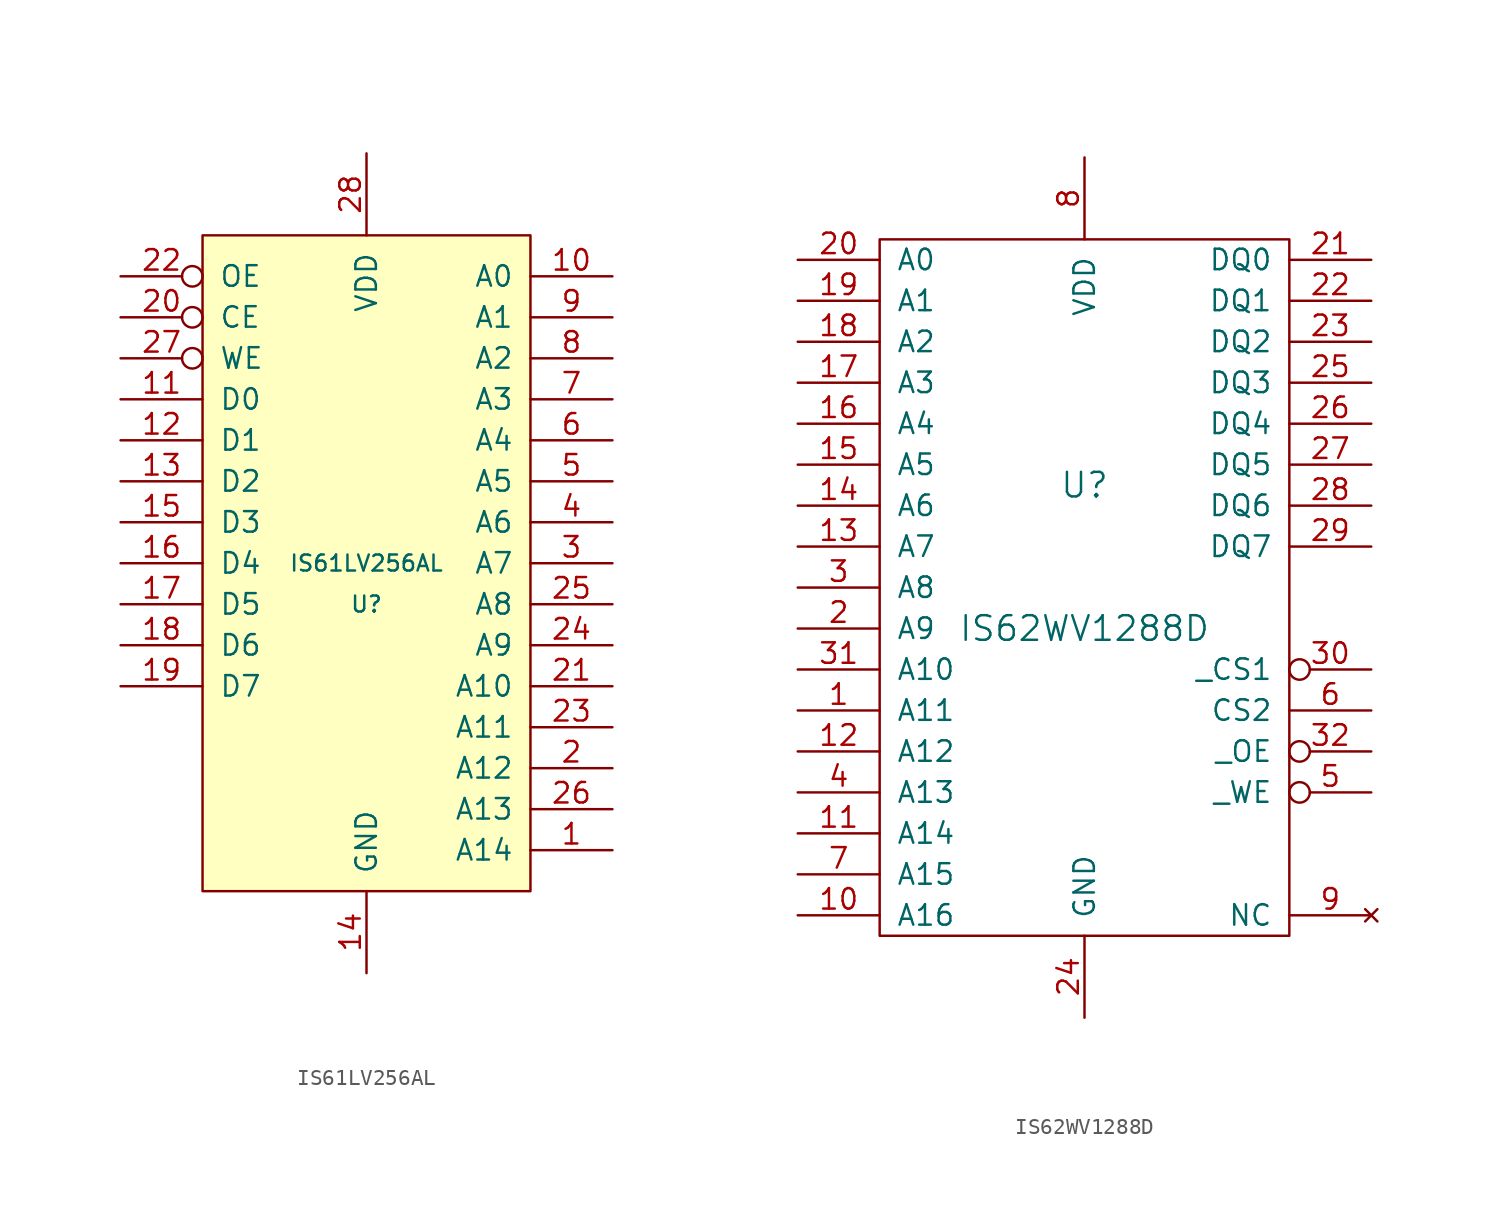
<source format=kicad_sym>
(kicad_symbol_lib
  (version 20211014)
  (generator kicad_symbol_editor)
  (symbol "IS61LV256AL"
    (pin_names
      (offset 1.016))
    (property "Reference" "U"
      (at 0 -5.08 0)
      (effects (font (size 0.991 0.991))))
    (property "Value" "IS61LV256AL"
      (at 0 -2.54 0)
      (effects (font (size 0.991 0.991))))
    (property "Footprint" ""
      (at 0 0 0)
      (effects (font (size 0.991 0.991))))
    (property "Datasheet" ""
      (at 0 0 0)
      (effects (font (size 0.991 0.991))))
    (symbol "IS61LV256AL_0_1"
      (rectangle (start -10.16 17.78) (end 10.16 -22.86) (stroke (width 0) (type default) (color 0 0 0 0)) (fill (type background))))
    (symbol "IS61LV256AL_1_1"
      (pin input line (at 15.24 -20.32 180) (length 5.08) (name "A14" (effects (font (size 1.27 1.27)))) (number "1" (effects (font (size 1.27 1.27)))))
      (pin input line (at 15.24 15.24 180) (length 5.08) (name "A0" (effects (font (size 1.27 1.27)))) (number "10" (effects (font (size 1.27 1.27)))))
      (pin bidirectional line (at -15.24 7.62 0) (length 5.08) (name "D0" (effects (font (size 1.27 1.27)))) (number "11" (effects (font (size 1.27 1.27)))))
      (pin bidirectional line (at -15.24 5.08 0) (length 5.08) (name "D1" (effects (font (size 1.27 1.27)))) (number "12" (effects (font (size 1.27 1.27)))))
      (pin bidirectional line (at -15.24 2.54 0) (length 5.08) (name "D2" (effects (font (size 1.27 1.27)))) (number "13" (effects (font (size 1.27 1.27)))))
      (pin power_in line (at 0 -27.94 90) (length 5.08) (name "GND" (effects (font (size 1.27 1.27)))) (number "14" (effects (font (size 1.27 1.27)))))
      (pin bidirectional line (at -15.24 0 0) (length 5.08) (name "D3" (effects (font (size 1.27 1.27)))) (number "15" (effects (font (size 1.27 1.27)))))
      (pin bidirectional line (at -15.24 -2.54 0) (length 5.08) (name "D4" (effects (font (size 1.27 1.27)))) (number "16" (effects (font (size 1.27 1.27)))))
      (pin bidirectional line (at -15.24 -5.08 0) (length 5.08) (name "D5" (effects (font (size 1.27 1.27)))) (number "17" (effects (font (size 1.27 1.27)))))
      (pin bidirectional line (at -15.24 -7.62 0) (length 5.08) (name "D6" (effects (font (size 1.27 1.27)))) (number "18" (effects (font (size 1.27 1.27)))))
      (pin bidirectional line (at -15.24 -10.16 0) (length 5.08) (name "D7" (effects (font (size 1.27 1.27)))) (number "19" (effects (font (size 1.27 1.27)))))
      (pin input line (at 15.24 -15.24 180) (length 5.08) (name "A12" (effects (font (size 1.27 1.27)))) (number "2" (effects (font (size 1.27 1.27)))))
      (pin input inverted (at -15.24 12.7 0) (length 5.08) (name "CE" (effects (font (size 1.27 1.27)))) (number "20" (effects (font (size 1.27 1.27)))))
      (pin input line (at 15.24 -10.16 180) (length 5.08) (name "A10" (effects (font (size 1.27 1.27)))) (number "21" (effects (font (size 1.27 1.27)))))
      (pin input inverted (at -15.24 15.24 0) (length 5.08) (name "OE" (effects (font (size 1.27 1.27)))) (number "22" (effects (font (size 1.27 1.27)))))
      (pin input line (at 15.24 -12.7 180) (length 5.08) (name "A11" (effects (font (size 1.27 1.27)))) (number "23" (effects (font (size 1.27 1.27)))))
      (pin input line (at 15.24 -7.62 180) (length 5.08) (name "A9" (effects (font (size 1.27 1.27)))) (number "24" (effects (font (size 1.27 1.27)))))
      (pin input line (at 15.24 -5.08 180) (length 5.08) (name "A8" (effects (font (size 1.27 1.27)))) (number "25" (effects (font (size 1.27 1.27)))))
      (pin input line (at 15.24 -17.78 180) (length 5.08) (name "A13" (effects (font (size 1.27 1.27)))) (number "26" (effects (font (size 1.27 1.27)))))
      (pin input inverted (at -15.24 10.16 0) (length 5.08) (name "WE" (effects (font (size 1.27 1.27)))) (number "27" (effects (font (size 1.27 1.27)))))
      (pin power_in line (at 0 22.86 270) (length 5.08) (name "VDD" (effects (font (size 1.27 1.27)))) (number "28" (effects (font (size 1.27 1.27)))))
      (pin input line (at 15.24 -2.54 180) (length 5.08) (name "A7" (effects (font (size 1.27 1.27)))) (number "3" (effects (font (size 1.27 1.27)))))
      (pin input line (at 15.24 0 180) (length 5.08) (name "A6" (effects (font (size 1.27 1.27)))) (number "4" (effects (font (size 1.27 1.27)))))
      (pin input line (at 15.24 2.54 180) (length 5.08) (name "A5" (effects (font (size 1.27 1.27)))) (number "5" (effects (font (size 1.27 1.27)))))
      (pin input line (at 15.24 5.08 180) (length 5.08) (name "A4" (effects (font (size 1.27 1.27)))) (number "6" (effects (font (size 1.27 1.27)))))
      (pin input line (at 15.24 7.62 180) (length 5.08) (name "A3" (effects (font (size 1.27 1.27)))) (number "7" (effects (font (size 1.27 1.27)))))
      (pin input line (at 15.24 10.16 180) (length 5.08) (name "A2" (effects (font (size 1.27 1.27)))) (number "8" (effects (font (size 1.27 1.27)))))
      (pin input line (at 15.24 12.7 180) (length 5.08) (name "A1" (effects (font (size 1.27 1.27)))) (number "9" (effects (font (size 1.27 1.27)))))))
  (symbol "IS62WV1288D"
    (pin_names
      (offset 1.016))
    (property "Reference" "U"
      (at 0 5.08 0)
      (effects (font (size 1.524 1.524))))
    (property "Value" "IS62WV1288D"
      (at 0 -3.81 0)
      (effects (font (size 1.524 1.524))))
    (property "Footprint" ""
      (at 0 0 0)
      (effects (font (size 1.524 1.524))))
    (property "Datasheet" ""
      (at 0 0 0)
      (effects (font (size 1.524 1.524))))
    (symbol "IS62WV1288D_0_1"
      (rectangle (start -12.7 -22.86) (end 12.7 20.32) (stroke (width 0) (type default) (color 0 0 0 0)) (fill (type none))))
    (symbol "IS62WV1288D_1_1"
      (pin input line (at -17.78 -8.89 0) (length 5.08) (name "A11" (effects (font (size 1.27 1.27)))) (number "1" (effects (font (size 1.27 1.27)))))
      (pin input line (at -17.78 -21.59 0) (length 5.08) (name "A16" (effects (font (size 1.27 1.27)))) (number "10" (effects (font (size 1.27 1.27)))))
      (pin input line (at -17.78 -16.51 0) (length 5.08) (name "A14" (effects (font (size 1.27 1.27)))) (number "11" (effects (font (size 1.27 1.27)))))
      (pin input line (at -17.78 -11.43 0) (length 5.08) (name "A12" (effects (font (size 1.27 1.27)))) (number "12" (effects (font (size 1.27 1.27)))))
      (pin input line (at -17.78 1.27 0) (length 5.08) (name "A7" (effects (font (size 1.27 1.27)))) (number "13" (effects (font (size 1.27 1.27)))))
      (pin input line (at -17.78 3.81 0) (length 5.08) (name "A6" (effects (font (size 1.27 1.27)))) (number "14" (effects (font (size 1.27 1.27)))))
      (pin input line (at -17.78 6.35 0) (length 5.08) (name "A5" (effects (font (size 1.27 1.27)))) (number "15" (effects (font (size 1.27 1.27)))))
      (pin input line (at -17.78 8.89 0) (length 5.08) (name "A4" (effects (font (size 1.27 1.27)))) (number "16" (effects (font (size 1.27 1.27)))))
      (pin input line (at -17.78 11.43 0) (length 5.08) (name "A3" (effects (font (size 1.27 1.27)))) (number "17" (effects (font (size 1.27 1.27)))))
      (pin input line (at -17.78 13.97 0) (length 5.08) (name "A2" (effects (font (size 1.27 1.27)))) (number "18" (effects (font (size 1.27 1.27)))))
      (pin input line (at -17.78 16.51 0) (length 5.08) (name "A1" (effects (font (size 1.27 1.27)))) (number "19" (effects (font (size 1.27 1.27)))))
      (pin input line (at -17.78 -3.81 0) (length 5.08) (name "A9" (effects (font (size 1.27 1.27)))) (number "2" (effects (font (size 1.27 1.27)))))
      (pin input line (at -17.78 19.05 0) (length 5.08) (name "A0" (effects (font (size 1.27 1.27)))) (number "20" (effects (font (size 1.27 1.27)))))
      (pin tri_state line (at 17.78 19.05 180) (length 5.08) (name "DQ0" (effects (font (size 1.27 1.27)))) (number "21" (effects (font (size 1.27 1.27)))))
      (pin tri_state line (at 17.78 16.51 180) (length 5.08) (name "DQ1" (effects (font (size 1.27 1.27)))) (number "22" (effects (font (size 1.27 1.27)))))
      (pin tri_state line (at 17.78 13.97 180) (length 5.08) (name "DQ2" (effects (font (size 1.27 1.27)))) (number "23" (effects (font (size 1.27 1.27)))))
      (pin power_in line (at 0 -27.94 90) (length 5.08) (name "GND" (effects (font (size 1.27 1.27)))) (number "24" (effects (font (size 1.27 1.27)))))
      (pin tri_state line (at 17.78 11.43 180) (length 5.08) (name "DQ3" (effects (font (size 1.27 1.27)))) (number "25" (effects (font (size 1.27 1.27)))))
      (pin tri_state line (at 17.78 8.89 180) (length 5.08) (name "DQ4" (effects (font (size 1.27 1.27)))) (number "26" (effects (font (size 1.27 1.27)))))
      (pin tri_state line (at 17.78 6.35 180) (length 5.08) (name "DQ5" (effects (font (size 1.27 1.27)))) (number "27" (effects (font (size 1.27 1.27)))))
      (pin tri_state line (at 17.78 3.81 180) (length 5.08) (name "DQ6" (effects (font (size 1.27 1.27)))) (number "28" (effects (font (size 1.27 1.27)))))
      (pin tri_state line (at 17.78 1.27 180) (length 5.08) (name "DQ7" (effects (font (size 1.27 1.27)))) (number "29" (effects (font (size 1.27 1.27)))))
      (pin input line (at -17.78 -1.27 0) (length 5.08) (name "A8" (effects (font (size 1.27 1.27)))) (number "3" (effects (font (size 1.27 1.27)))))
      (pin tri_state inverted (at 17.78 -6.35 180) (length 5.08) (name "_CS1" (effects (font (size 1.27 1.27)))) (number "30" (effects (font (size 1.27 1.27)))))
      (pin input line (at -17.78 -6.35 0) (length 5.08) (name "A10" (effects (font (size 1.27 1.27)))) (number "31" (effects (font (size 1.27 1.27)))))
      (pin tri_state inverted (at 17.78 -11.43 180) (length 5.08) (name "_OE" (effects (font (size 1.27 1.27)))) (number "32" (effects (font (size 1.27 1.27)))))
      (pin input line (at -17.78 -13.97 0) (length 5.08) (name "A13" (effects (font (size 1.27 1.27)))) (number "4" (effects (font (size 1.27 1.27)))))
      (pin tri_state inverted (at 17.78 -13.97 180) (length 5.08) (name "_WE" (effects (font (size 1.27 1.27)))) (number "5" (effects (font (size 1.27 1.27)))))
      (pin tri_state line (at 17.78 -8.89 180) (length 5.08) (name "CS2" (effects (font (size 1.27 1.27)))) (number "6" (effects (font (size 1.27 1.27)))))
      (pin input line (at -17.78 -19.05 0) (length 5.08) (name "A15" (effects (font (size 1.27 1.27)))) (number "7" (effects (font (size 1.27 1.27)))))
      (pin power_in line (at 0 25.4 270) (length 5.08) (name "VDD" (effects (font (size 1.27 1.27)))) (number "8" (effects (font (size 1.27 1.27)))))
      (pin no_connect line (at 17.78 -21.59 180) (length 5.08) (name "NC" (effects (font (size 1.27 1.27)))) (number "9" (effects (font (size 1.27 1.27))))))))
</source>
